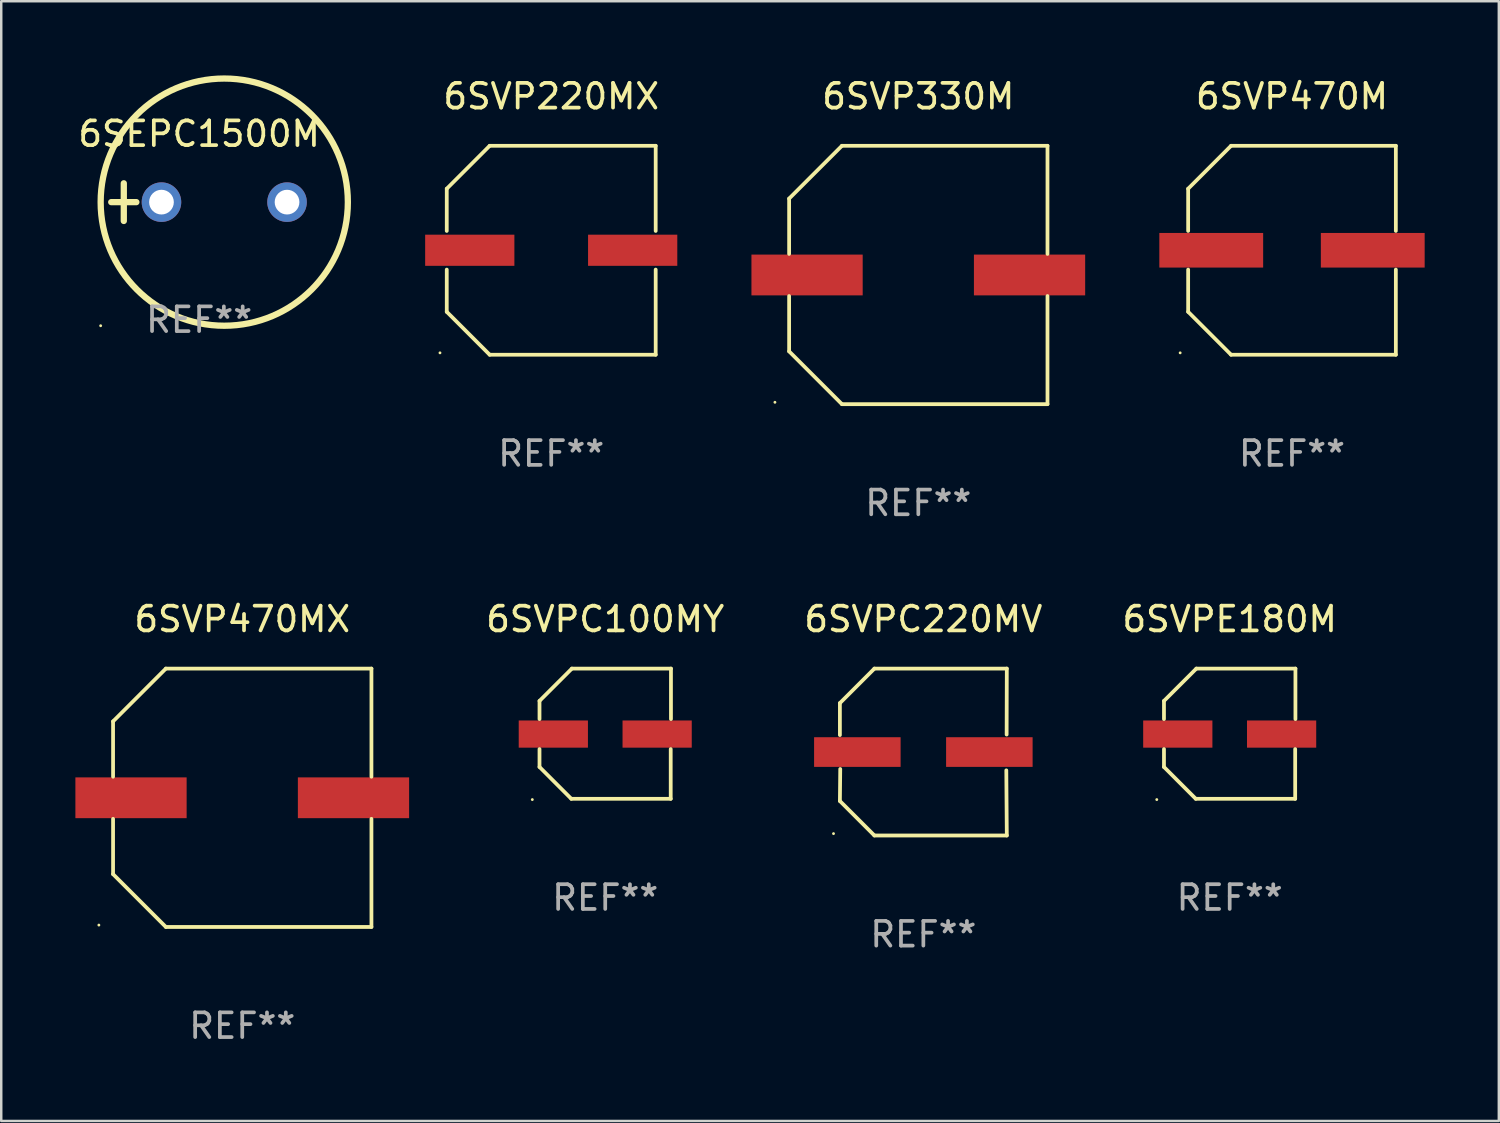
<source format=kicad_pcb>
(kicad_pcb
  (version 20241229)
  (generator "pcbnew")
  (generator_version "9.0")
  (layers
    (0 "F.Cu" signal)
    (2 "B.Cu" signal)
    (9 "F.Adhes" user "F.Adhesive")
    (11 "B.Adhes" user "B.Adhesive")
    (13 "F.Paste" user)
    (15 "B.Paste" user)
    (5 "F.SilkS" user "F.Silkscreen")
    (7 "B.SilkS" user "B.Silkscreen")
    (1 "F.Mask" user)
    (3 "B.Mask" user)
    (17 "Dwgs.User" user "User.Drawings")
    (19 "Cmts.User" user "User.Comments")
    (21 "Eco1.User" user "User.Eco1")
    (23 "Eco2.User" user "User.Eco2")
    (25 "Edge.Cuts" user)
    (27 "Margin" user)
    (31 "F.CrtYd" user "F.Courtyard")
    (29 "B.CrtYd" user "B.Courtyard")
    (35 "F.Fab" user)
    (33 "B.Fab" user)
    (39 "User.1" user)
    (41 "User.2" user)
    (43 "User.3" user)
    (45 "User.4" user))
  (footprint "6SVP470MX"
    (layer "F.Cu")
    (at 6.75 29.223)
    (property "Reference" "6SVP470MX" (at 0 -7.226 0) (layer "F.SilkS") (effects (font (size 1 1) (thickness 0.15))))
    (attr through_hole)
    (fp_line (start -5.226 -3.09) (end -5.226 -0.852) (stroke (width 0.152) (type solid)) (layer "F.SilkS"))
    (fp_line (start -5.226 3.09) (end -5.226 0.852) (stroke (width 0.152) (type solid)) (layer "F.SilkS"))
    (fp_line (start -3.09 -5.226) (end -5.226 -3.09) (stroke (width 0.152) (type solid)) (layer "F.SilkS"))
    (fp_line (start -3.09 5.226) (end -5.226 3.09) (stroke (width 0.152) (type solid)) (layer "F.SilkS"))
    (fp_line (start 5.226 -5.226) (end -3.09 -5.226) (stroke (width 0.152) (type solid)) (layer "F.SilkS"))
    (fp_line (start 5.226 -0.852) (end 5.226 -5.226) (stroke (width 0.152) (type solid)) (layer "F.SilkS"))
    (fp_line (start 5.226 0.852) (end 5.226 5.226) (stroke (width 0.152) (type solid)) (layer "F.SilkS"))
    (fp_line (start 5.226 5.226) (end -3.09 5.226) (stroke (width 0.152) (type solid)) (layer "F.SilkS"))
    (fp_circle (center -5.8 5.15) (end -5.77 5.15) (stroke (width 0.06) (type solid)) (fill no) (layer "F.SilkS"))
    (fp_text user "REF**" (at 0 9.226 0) (layer "F.Fab") (effects (font (size 1 1) (thickness 0.15))))
    (pad "1" smd rect (at -4.5 0) (size 4.5 1.65) (layers "F.Cu" "F.Mask" "F.Paste"))
    (pad "2" smd rect (at 4.5 0) (size 4.5 1.65) (layers "F.Cu" "F.Mask" "F.Paste")))
  (footprint "6SVPC100MY"
    (layer "F.Cu")
    (at 21.434 26.631)
    (property "Reference" "6SVPC100MY" (at 0 -4.634 0) (layer "F.SilkS") (effects (font (size 1 1) (thickness 0.15))))
    (attr through_hole)
    (fp_line (start -2.659 -1.326) (end -2.659 -0.592) (stroke (width 0.152) (type solid)) (layer "F.SilkS"))
    (fp_line (start -2.659 1.346) (end -2.659 0.622) (stroke (width 0.152) (type solid)) (layer "F.SilkS"))
    (fp_line (start -1.372 2.634) (end -2.659 1.346) (stroke (width 0.152) (type solid)) (layer "F.SilkS"))
    (fp_line (start -1.349 -2.634) (end -2.659 -1.326) (stroke (width 0.152) (type solid)) (layer "F.SilkS"))
    (fp_line (start 2.649 0.622) (end 2.649 2.634) (stroke (width 0.152) (type solid)) (layer "F.SilkS"))
    (fp_line (start 2.649 2.634) (end -1.372 2.634) (stroke (width 0.152) (type solid)) (layer "F.SilkS"))
    (fp_line (start 2.659 -2.634) (end -1.349 -2.634) (stroke (width 0.152) (type solid)) (layer "F.SilkS"))
    (fp_line (start 2.659 -0.592) (end 2.659 -2.634) (stroke (width 0.152) (type solid)) (layer "F.SilkS"))
    (fp_circle (center -2.95 2.665) (end -2.92 2.665) (stroke (width 0.06) (type solid)) (fill no) (layer "F.SilkS"))
    (fp_text user "REF**" (at 0 6.634 0) (layer "F.Fab") (effects (font (size 1 1) (thickness 0.15))))
    (pad "1" smd rect (at -2.1 0.015) (size 2.8 1.1) (layers "F.Cu" "F.Mask" "F.Paste"))
    (pad "2" smd rect (at 2.1 0.015) (size 2.8 1.1) (layers "F.Cu" "F.Mask" "F.Paste")))
  (footprint "6SVP330M"
    (layer "F.Cu")
    (at 34.099 8.074)
    (property "Reference" "6SVP330M" (at 0 -7.226 0) (layer "F.SilkS") (effects (font (size 1 1) (thickness 0.15))))
    (attr through_hole)
    (fp_line (start -5.226 -3.09) (end -5.226 -0.852) (stroke (width 0.152) (type solid)) (layer "F.SilkS"))
    (fp_line (start -5.226 3.09) (end -5.226 0.852) (stroke (width 0.152) (type solid)) (layer "F.SilkS"))
    (fp_line (start -3.09 -5.226) (end -5.226 -3.09) (stroke (width 0.152) (type solid)) (layer "F.SilkS"))
    (fp_line (start -3.09 5.226) (end -5.226 3.09) (stroke (width 0.152) (type solid)) (layer "F.SilkS"))
    (fp_line (start 5.226 -5.226) (end -3.09 -5.226) (stroke (width 0.152) (type solid)) (layer "F.SilkS"))
    (fp_line (start 5.226 -0.852) (end 5.226 -5.226) (stroke (width 0.152) (type solid)) (layer "F.SilkS"))
    (fp_line (start 5.226 0.852) (end 5.226 5.226) (stroke (width 0.152) (type solid)) (layer "F.SilkS"))
    (fp_line (start 5.226 5.226) (end -3.09 5.226) (stroke (width 0.152) (type solid)) (layer "F.SilkS"))
    (fp_circle (center -5.8 5.15) (end -5.77 5.15) (stroke (width 0.06) (type solid)) (fill no) (layer "F.SilkS"))
    (fp_text user "REF**" (at 0 9.226 0) (layer "F.Fab") (effects (font (size 1 1) (thickness 0.15))))
    (pad "1" smd rect (at -4.5 0) (size 4.5 1.65) (layers "F.Cu" "F.Mask" "F.Paste"))
    (pad "2" smd rect (at 4.5 0) (size 4.5 1.65) (layers "F.Cu" "F.Mask" "F.Paste")))
  (footprint "6SEPC1500M"
    (layer "F.Cu")
    (at 5.006 5.127)
    (property "Reference" "6SEPC1500M" (at 0 -2.762 0) (layer "F.SilkS") (effects (font (size 1 1) (thickness 0.15))))
    (attr through_hole)
    (fp_line (start -3.556 0) (end -2.54 0) (stroke (width 0.254) (type solid)) (layer "F.SilkS"))
    (fp_line (start -3.048 -0.762) (end -3.048 0.762) (stroke (width 0.254) (type solid)) (layer "F.SilkS"))
    (fp_circle (center -3.984 5) (end -3.954 5) (stroke (width 0.06) (type solid)) (fill no) (layer "F.SilkS"))
    (fp_circle (center 1.016 0) (end 6.016 0) (stroke (width 0.254) (type solid)) (fill no) (layer "F.SilkS"))
    (fp_text user "REF**" (at 0 4.762 0) (layer "F.Fab") (effects (font (size 1 1) (thickness 0.15))))
    (pad "1" thru_hole circle (at -1.524 0) (size 1.6 1.6) (drill 1) (layers "*.Cu" "*.Mask"))
    (pad "2" thru_hole circle (at 3.556 0) (size 1.6 1.6) (drill 1) (layers "*.Cu" "*.Mask")))
  (footprint "6SVPE180M"
    (layer "F.Cu")
    (at 46.696 26.631)
    (property "Reference" "6SVPE180M" (at 0 -4.634 0) (layer "F.SilkS") (effects (font (size 1 1) (thickness 0.15))))
    (attr through_hole)
    (fp_line (start -2.659 -1.326) (end -2.659 -0.592) (stroke (width 0.152) (type solid)) (layer "F.SilkS"))
    (fp_line (start -2.659 1.346) (end -2.659 0.622) (stroke (width 0.152) (type solid)) (layer "F.SilkS"))
    (fp_line (start -1.372 2.634) (end -2.659 1.346) (stroke (width 0.152) (type solid)) (layer "F.SilkS"))
    (fp_line (start -1.349 -2.634) (end -2.659 -1.326) (stroke (width 0.152) (type solid)) (layer "F.SilkS"))
    (fp_line (start 2.649 0.622) (end 2.649 2.634) (stroke (width 0.152) (type solid)) (layer "F.SilkS"))
    (fp_line (start 2.649 2.634) (end -1.372 2.634) (stroke (width 0.152) (type solid)) (layer "F.SilkS"))
    (fp_line (start 2.659 -2.634) (end -1.349 -2.634) (stroke (width 0.152) (type solid)) (layer "F.SilkS"))
    (fp_line (start 2.659 -0.592) (end 2.659 -2.634) (stroke (width 0.152) (type solid)) (layer "F.SilkS"))
    (fp_circle (center -2.95 2.665) (end -2.92 2.665) (stroke (width 0.06) (type solid)) (fill no) (layer "F.SilkS"))
    (fp_text user "REF**" (at 0 6.634 0) (layer "F.Fab") (effects (font (size 1 1) (thickness 0.15))))
    (pad "1" smd rect (at -2.1 0.015) (size 2.8 1.1) (layers "F.Cu" "F.Mask" "F.Paste"))
    (pad "2" smd rect (at 2.1 0.015) (size 2.8 1.1) (layers "F.Cu" "F.Mask" "F.Paste")))
  (footprint "6SVPC220MV"
    (layer "F.Cu")
    (at 34.303 27.373)
    (property "Reference" "6SVPC220MV" (at 0 -5.376 0) (layer "F.SilkS") (effects (font (size 1 1) (thickness 0.15))))
    (attr through_hole)
    (fp_line (start -3.376 -1.98) (end -3.376 -0.686) (stroke (width 0.152) (type solid)) (layer "F.SilkS"))
    (fp_line (start -3.376 1.981) (end -3.362 0.686) (stroke (width 0.152) (type solid)) (layer "F.SilkS"))
    (fp_line (start -1.981 3.376) (end -3.376 1.981) (stroke (width 0.152) (type solid)) (layer "F.SilkS"))
    (fp_line (start -1.98 -3.376) (end -3.376 -1.98) (stroke (width 0.152) (type solid)) (layer "F.SilkS"))
    (fp_line (start 3.356 0.74) (end 3.376 3.376) (stroke (width 0.152) (type solid)) (layer "F.SilkS"))
    (fp_line (start 3.369 -0.707) (end 3.376 -3.376) (stroke (width 0.152) (type solid)) (layer "F.SilkS"))
    (fp_line (start 3.376 3.376) (end -1.981 3.376) (stroke (width 0.152) (type solid)) (layer "F.SilkS"))
    (fp_line (start 3.376 -3.376) (end -1.98 -3.376) (stroke (width 0.152) (type solid)) (layer "F.SilkS"))
    (fp_circle (center -3.634 3.3) (end -3.604 3.3) (stroke (width 0.06) (type solid)) (fill no) (layer "F.SilkS"))
    (fp_text user "REF**" (at 0 7.376 0) (layer "F.Fab") (effects (font (size 1 1) (thickness 0.15))))
    (pad "1" smd rect (at -2.67 0.000254) (size 3.5 1.2) (layers "F.Cu" "F.Mask" "F.Paste"))
    (pad "2" smd rect (at 2.67 0.000254) (size 3.5 1.2) (layers "F.Cu" "F.Mask" "F.Paste")))
  (footprint "6SVP470M"
    (layer "F.Cu")
    (at 49.216 7.074)
    (property "Reference" "6SVP470M" (at 0 -6.226 0) (layer "F.SilkS") (effects (font (size 1 1) (thickness 0.15))))
    (attr through_hole)
    (fp_line (start -4.201 -2.49) (end -4.201 -0.782) (stroke (width 0.152) (type solid)) (layer "F.SilkS"))
    (fp_line (start -4.201 2.49) (end -4.201 0.782) (stroke (width 0.152) (type solid)) (layer "F.SilkS"))
    (fp_line (start -2.465 -4.226) (end -4.201 -2.49) (stroke (width 0.152) (type solid)) (layer "F.SilkS"))
    (fp_line (start -2.465 4.226) (end -4.201 2.49) (stroke (width 0.152) (type solid)) (layer "F.SilkS"))
    (fp_line (start 4.201 -4.226) (end -2.465 -4.226) (stroke (width 0.152) (type solid)) (layer "F.SilkS"))
    (fp_line (start 4.201 -0.782) (end 4.201 -4.226) (stroke (width 0.152) (type solid)) (layer "F.SilkS"))
    (fp_line (start 4.201 0.782) (end 4.201 4.226) (stroke (width 0.152) (type solid)) (layer "F.SilkS"))
    (fp_line (start 4.201 4.226) (end -2.465 4.226) (stroke (width 0.152) (type solid)) (layer "F.SilkS"))
    (fp_circle (center -4.524 4.15) (end -4.494 4.15) (stroke (width 0.06) (type solid)) (fill no) (layer "F.SilkS"))
    (fp_text user "REF**" (at 0 8.226 0) (layer "F.Fab") (effects (font (size 1 1) (thickness 0.15))))
    (pad "1" smd rect (at -3.267 0) (size 4.2 1.4) (layers "F.Cu" "F.Mask" "F.Paste"))
    (pad "2" smd rect (at 3.267 0) (size 4.2 1.4) (layers "F.Cu" "F.Mask" "F.Paste")))
  (footprint "6SVP220MX"
    (layer "F.Cu")
    (at 19.249 7.074)
    (property "Reference" "6SVP220MX" (at 0 -6.226 0) (layer "F.SilkS") (effects (font (size 1 1) (thickness 0.15))))
    (attr through_hole)
    (fp_line (start -4.226 -2.49) (end -4.226 -0.782) (stroke (width 0.152) (type solid)) (layer "F.SilkS"))
    (fp_line (start -4.226 2.49) (end -4.226 0.782) (stroke (width 0.152) (type solid)) (layer "F.SilkS"))
    (fp_line (start -2.49 -4.226) (end -4.226 -2.49) (stroke (width 0.152) (type solid)) (layer "F.SilkS"))
    (fp_line (start -2.49 4.226) (end -4.226 2.49) (stroke (width 0.152) (type solid)) (layer "F.SilkS"))
    (fp_line (start 4.226 -4.226) (end -2.49 -4.226) (stroke (width 0.152) (type solid)) (layer "F.SilkS"))
    (fp_line (start 4.226 -0.782) (end 4.226 -4.226) (stroke (width 0.152) (type solid)) (layer "F.SilkS"))
    (fp_line (start 4.226 0.782) (end 4.226 4.226) (stroke (width 0.152) (type solid)) (layer "F.SilkS"))
    (fp_line (start 4.226 4.226) (end -2.49 4.226) (stroke (width 0.152) (type solid)) (layer "F.SilkS"))
    (fp_circle (center -4.5 4.15) (end -4.47 4.15) (stroke (width 0.06) (type solid)) (fill no) (layer "F.SilkS"))
    (fp_text user "REF**" (at 0 8.226 0) (layer "F.Fab") (effects (font (size 1 1) (thickness 0.15))))
    (pad "1" smd rect (at -3.295 -0.000076 180) (size 3.61 1.26) (layers "F.Cu" "F.Mask" "F.Paste"))
    (pad "2" smd rect (at 3.295 -0.000076 180) (size 3.61 1.26) (layers "F.Cu" "F.Mask" "F.Paste")))
  (gr_rect
    (start -3 -3)
    (end 57.583 42.298)
    (stroke (width 0.1) (type default))
    (fill no)
    (layer "Edge.Cuts")))
</source>
